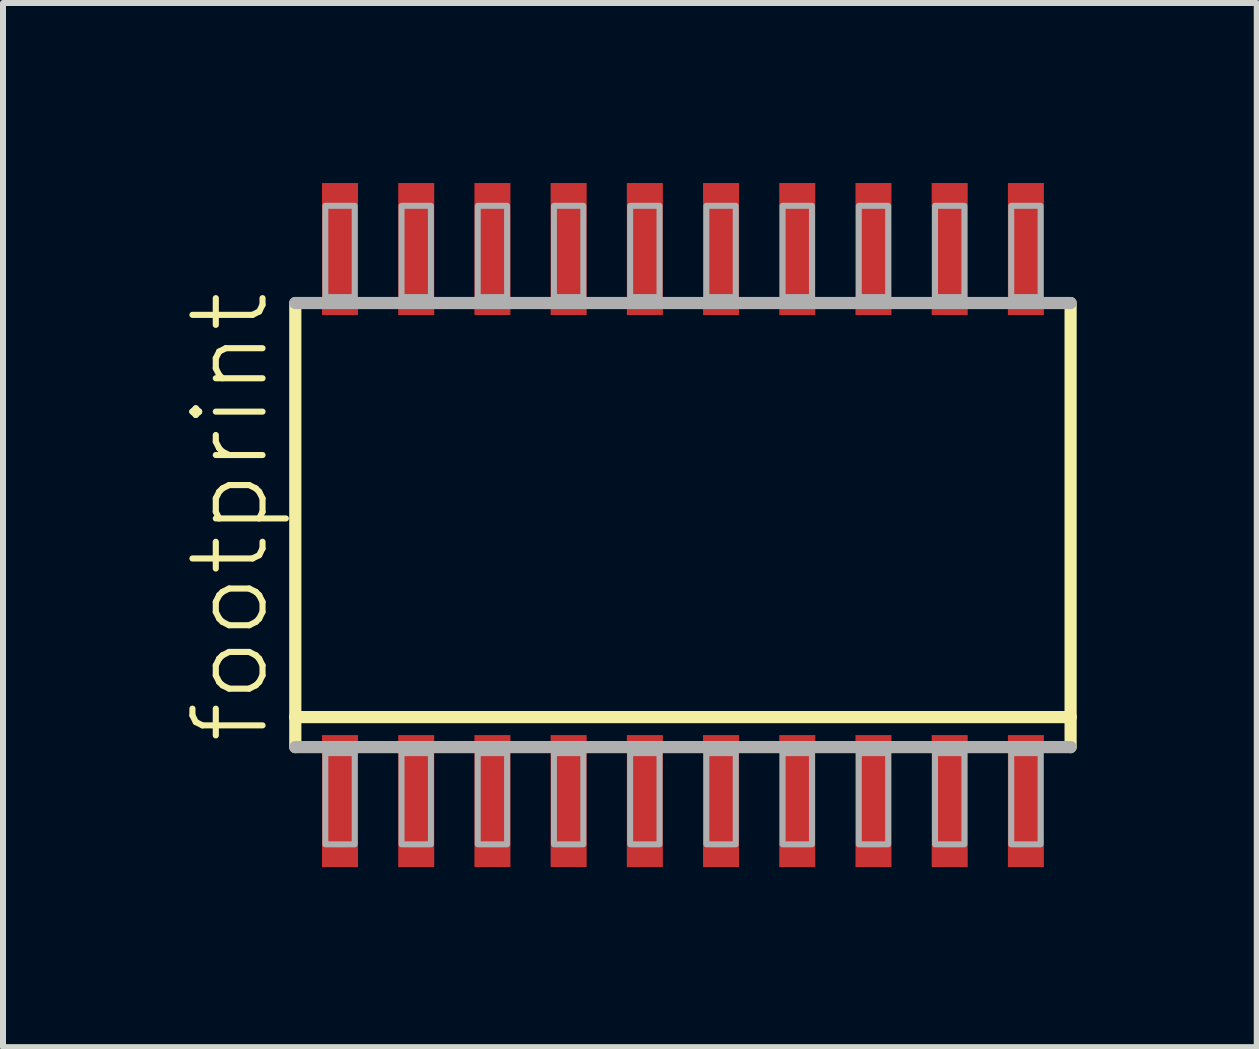
<source format=kicad_pcb>
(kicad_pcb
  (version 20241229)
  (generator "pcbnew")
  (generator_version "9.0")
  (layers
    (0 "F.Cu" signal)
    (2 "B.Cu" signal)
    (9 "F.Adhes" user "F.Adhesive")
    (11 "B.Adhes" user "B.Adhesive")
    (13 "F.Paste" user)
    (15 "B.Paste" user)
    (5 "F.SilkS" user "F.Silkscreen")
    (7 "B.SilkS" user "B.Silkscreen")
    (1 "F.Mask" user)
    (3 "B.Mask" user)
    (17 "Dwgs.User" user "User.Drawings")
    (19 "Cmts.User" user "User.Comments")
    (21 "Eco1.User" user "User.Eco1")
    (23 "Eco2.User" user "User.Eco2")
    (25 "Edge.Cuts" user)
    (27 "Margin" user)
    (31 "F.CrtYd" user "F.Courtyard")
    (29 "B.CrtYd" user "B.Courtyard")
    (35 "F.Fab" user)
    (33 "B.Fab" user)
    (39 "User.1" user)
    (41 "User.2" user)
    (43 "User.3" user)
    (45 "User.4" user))
  (footprint "footprint"
    (layer "F.Cu")
    (at 8.331 5.7)
    (property "Reference" "footprint" (at -6.858 3.683 90) (layer "F.SilkS") (effects (font (size 1.168 1.168) (thickness 0.102)) (justify left bottom)))
    (fp_line (start -6.46 3.2) (end -6.46 -3.7) (stroke (width 0.203) (type solid)) (layer "F.SilkS"))
    (fp_line (start -6.46 3.7) (end -6.46 3.2) (stroke (width 0.203) (type solid)) (layer "F.SilkS"))
    (fp_line (start 6.46 -3.7) (end 6.46 3.2) (stroke (width 0.203) (type solid)) (layer "F.SilkS"))
    (fp_line (start 6.46 3.2) (end -6.46 3.2) (stroke (width 0.203) (type solid)) (layer "F.SilkS"))
    (fp_line (start 6.46 3.2) (end 6.46 3.7) (stroke (width 0.203) (type solid)) (layer "F.SilkS"))
    (fp_line (start -6.46 -3.7) (end 6.46 -3.7) (stroke (width 0.203) (type solid)) (layer "F.Fab"))
    (fp_line (start 6.46 3.7) (end -6.46 3.7) (stroke (width 0.203) (type solid)) (layer "F.Fab"))
    (fp_poly (pts (xy -5.96 -3.8) (xy -5.47 -3.8) (xy -5.47 -5.32) (xy -5.96 -5.32)) (stroke (width 0.1) (type solid)) (fill no) (layer "F.Fab"))
    (fp_poly (pts (xy -5.96 5.32) (xy -5.47 5.32) (xy -5.47 3.8) (xy -5.96 3.8)) (stroke (width 0.1) (type solid)) (fill no) (layer "F.Fab"))
    (fp_poly (pts (xy -4.69 -3.8) (xy -4.2 -3.8) (xy -4.2 -5.32) (xy -4.69 -5.32)) (stroke (width 0.1) (type solid)) (fill no) (layer "F.Fab"))
    (fp_poly (pts (xy -4.69 5.32) (xy -4.2 5.32) (xy -4.2 3.8) (xy -4.69 3.8)) (stroke (width 0.1) (type solid)) (fill no) (layer "F.Fab"))
    (fp_poly (pts (xy -3.42 -3.8) (xy -2.93 -3.8) (xy -2.93 -5.32) (xy -3.42 -5.32)) (stroke (width 0.1) (type solid)) (fill no) (layer "F.Fab"))
    (fp_poly (pts (xy -3.42 5.32) (xy -2.93 5.32) (xy -2.93 3.8) (xy -3.42 3.8)) (stroke (width 0.1) (type solid)) (fill no) (layer "F.Fab"))
    (fp_poly (pts (xy -2.15 -3.8) (xy -1.66 -3.8) (xy -1.66 -5.32) (xy -2.15 -5.32)) (stroke (width 0.1) (type solid)) (fill no) (layer "F.Fab"))
    (fp_poly (pts (xy -2.15 5.32) (xy -1.66 5.32) (xy -1.66 3.8) (xy -2.15 3.8)) (stroke (width 0.1) (type solid)) (fill no) (layer "F.Fab"))
    (fp_poly (pts (xy -0.88 -3.8) (xy -0.39 -3.8) (xy -0.39 -5.32) (xy -0.88 -5.32)) (stroke (width 0.1) (type solid)) (fill no) (layer "F.Fab"))
    (fp_poly (pts (xy -0.88 5.32) (xy -0.39 5.32) (xy -0.39 3.8) (xy -0.88 3.8)) (stroke (width 0.1) (type solid)) (fill no) (layer "F.Fab"))
    (fp_poly (pts (xy 0.39 -3.8) (xy 0.88 -3.8) (xy 0.88 -5.32) (xy 0.39 -5.32)) (stroke (width 0.1) (type solid)) (fill no) (layer "F.Fab"))
    (fp_poly (pts (xy 0.39 5.32) (xy 0.88 5.32) (xy 0.88 3.8) (xy 0.39 3.8)) (stroke (width 0.1) (type solid)) (fill no) (layer "F.Fab"))
    (fp_poly (pts (xy 1.66 -3.8) (xy 2.15 -3.8) (xy 2.15 -5.32) (xy 1.66 -5.32)) (stroke (width 0.1) (type solid)) (fill no) (layer "F.Fab"))
    (fp_poly (pts (xy 1.66 5.32) (xy 2.15 5.32) (xy 2.15 3.8) (xy 1.66 3.8)) (stroke (width 0.1) (type solid)) (fill no) (layer "F.Fab"))
    (fp_poly (pts (xy 2.93 -3.8) (xy 3.42 -3.8) (xy 3.42 -5.32) (xy 2.93 -5.32)) (stroke (width 0.1) (type solid)) (fill no) (layer "F.Fab"))
    (fp_poly (pts (xy 2.93 5.32) (xy 3.42 5.32) (xy 3.42 3.8) (xy 2.93 3.8)) (stroke (width 0.1) (type solid)) (fill no) (layer "F.Fab"))
    (fp_poly (pts (xy 4.2 -3.8) (xy 4.69 -3.8) (xy 4.69 -5.32) (xy 4.2 -5.32)) (stroke (width 0.1) (type solid)) (fill no) (layer "F.Fab"))
    (fp_poly (pts (xy 4.2 5.32) (xy 4.69 5.32) (xy 4.69 3.8) (xy 4.2 3.8)) (stroke (width 0.1) (type solid)) (fill no) (layer "F.Fab"))
    (fp_poly (pts (xy 5.47 -3.8) (xy 5.96 -3.8) (xy 5.96 -5.32) (xy 5.47 -5.32)) (stroke (width 0.1) (type solid)) (fill no) (layer "F.Fab"))
    (fp_poly (pts (xy 5.47 5.32) (xy 5.96 5.32) (xy 5.96 3.8) (xy 5.47 3.8)) (stroke (width 0.1) (type solid)) (fill no) (layer "F.Fab"))
    (pad "1" smd rect (at -5.715 4.6) (size 0.6 2.2) (layers "F.Cu" "F.Mask" "F.Paste"))
    (pad "2" smd rect (at -4.445 4.6) (size 0.6 2.2) (layers "F.Cu" "F.Mask" "F.Paste"))
    (pad "3" smd rect (at -3.175 4.6) (size 0.6 2.2) (layers "F.Cu" "F.Mask" "F.Paste"))
    (pad "4" smd rect (at -1.905 4.6) (size 0.6 2.2) (layers "F.Cu" "F.Mask" "F.Paste"))
    (pad "5" smd rect (at -0.635 4.6) (size 0.6 2.2) (layers "F.Cu" "F.Mask" "F.Paste"))
    (pad "6" smd rect (at 0.635 4.6) (size 0.6 2.2) (layers "F.Cu" "F.Mask" "F.Paste"))
    (pad "7" smd rect (at 1.905 4.6) (size 0.6 2.2) (layers "F.Cu" "F.Mask" "F.Paste"))
    (pad "8" smd rect (at 3.175 4.6) (size 0.6 2.2) (layers "F.Cu" "F.Mask" "F.Paste"))
    (pad "9" smd rect (at 4.445 4.6) (size 0.6 2.2) (layers "F.Cu" "F.Mask" "F.Paste"))
    (pad "10" smd rect (at 5.715 4.6) (size 0.6 2.2) (layers "F.Cu" "F.Mask" "F.Paste"))
    (pad "11" smd rect (at 5.715 -4.6) (size 0.6 2.2) (layers "F.Cu" "F.Mask" "F.Paste"))
    (pad "12" smd rect (at 4.445 -4.6) (size 0.6 2.2) (layers "F.Cu" "F.Mask" "F.Paste"))
    (pad "13" smd rect (at 3.175 -4.6) (size 0.6 2.2) (layers "F.Cu" "F.Mask" "F.Paste"))
    (pad "14" smd rect (at 1.905 -4.6) (size 0.6 2.2) (layers "F.Cu" "F.Mask" "F.Paste"))
    (pad "15" smd rect (at 0.635 -4.6) (size 0.6 2.2) (layers "F.Cu" "F.Mask" "F.Paste"))
    (pad "16" smd rect (at -0.635 -4.6) (size 0.6 2.2) (layers "F.Cu" "F.Mask" "F.Paste"))
    (pad "17" smd rect (at -1.905 -4.6) (size 0.6 2.2) (layers "F.Cu" "F.Mask" "F.Paste"))
    (pad "18" smd rect (at -3.175 -4.6) (size 0.6 2.2) (layers "F.Cu" "F.Mask" "F.Paste"))
    (pad "19" smd rect (at -4.445 -4.6) (size 0.6 2.2) (layers "F.Cu" "F.Mask" "F.Paste"))
    (pad "20" smd rect (at -5.715 -4.6) (size 0.6 2.2) (layers "F.Cu" "F.Mask" "F.Paste")))
  (gr_rect
    (start -3 -3)
    (end 17.893 14.4)
    (stroke (width 0.1) (type default))
    (fill no)
    (layer "Edge.Cuts")))
</source>
